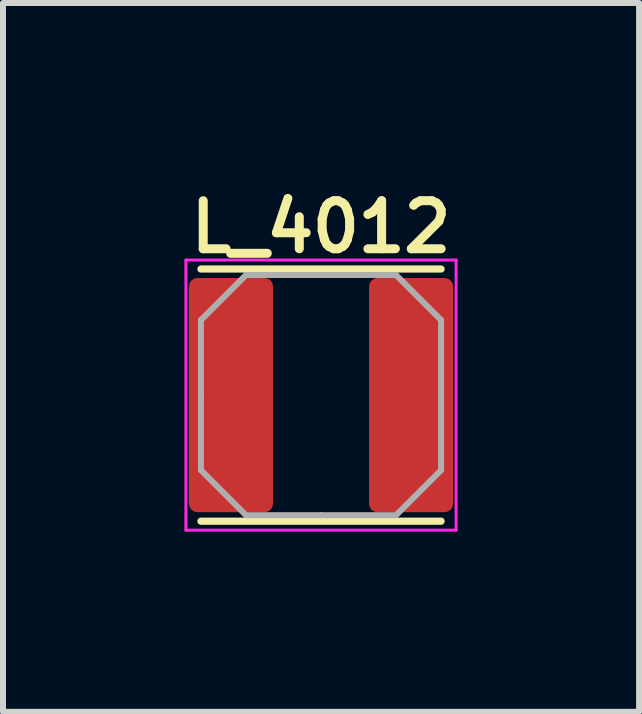
<source format=kicad_pcb>
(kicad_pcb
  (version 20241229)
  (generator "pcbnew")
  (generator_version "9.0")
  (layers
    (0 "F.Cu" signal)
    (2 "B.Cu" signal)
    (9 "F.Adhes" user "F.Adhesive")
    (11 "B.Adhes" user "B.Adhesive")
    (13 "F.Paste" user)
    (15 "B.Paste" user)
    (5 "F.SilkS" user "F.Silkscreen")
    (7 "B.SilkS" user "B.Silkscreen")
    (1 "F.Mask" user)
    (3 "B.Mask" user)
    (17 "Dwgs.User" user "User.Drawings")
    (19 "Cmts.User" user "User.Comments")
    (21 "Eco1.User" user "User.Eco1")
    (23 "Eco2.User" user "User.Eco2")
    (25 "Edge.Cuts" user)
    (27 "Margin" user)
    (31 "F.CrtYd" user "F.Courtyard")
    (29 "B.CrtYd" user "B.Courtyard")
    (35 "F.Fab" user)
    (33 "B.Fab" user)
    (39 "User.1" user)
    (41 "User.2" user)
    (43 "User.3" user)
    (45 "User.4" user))
  (footprint "L_4012"
    (layer "F.Cu")
    (at 2.297 3.531)
    (property "Reference" "L_4012" (at 0 -2.8 0) (layer "F.SilkS") (effects (font (size 0.8 0.8) (thickness 0.15))))
    (attr smd)
    (fp_line (start -2 -2.1) (end 2 -2.1) (stroke (width 0.12) (type solid)) (layer "F.SilkS"))
    (fp_line (start -2 2.1) (end 2 2.1) (stroke (width 0.12) (type solid)) (layer "F.SilkS"))
    (fp_line (start -2.25 -2.25) (end -2.25 2.25) (stroke (width 0.05) (type solid)) (layer "F.CrtYd"))
    (fp_line (start -2.25 2.25) (end 2.25 2.25) (stroke (width 0.05) (type solid)) (layer "F.CrtYd"))
    (fp_line (start 2.25 -2.25) (end -2.25 -2.25) (stroke (width 0.05) (type solid)) (layer "F.CrtYd"))
    (fp_line (start 2.25 2.25) (end 2.25 -2.25) (stroke (width 0.05) (type solid)) (layer "F.CrtYd"))
    (fp_line (start -2 -1.25) (end -1.25 -2) (stroke (width 0.1) (type solid)) (layer "F.Fab"))
    (fp_line (start -2 0) (end -2 -1.25) (stroke (width 0.1) (type solid)) (layer "F.Fab"))
    (fp_line (start -2 0) (end -2 1.25) (stroke (width 0.1) (type solid)) (layer "F.Fab"))
    (fp_line (start -2 1.25) (end -1.25 2) (stroke (width 0.1) (type solid)) (layer "F.Fab"))
    (fp_line (start -1.25 -2) (end 0 -2) (stroke (width 0.1) (type solid)) (layer "F.Fab"))
    (fp_line (start -1.25 2) (end 0 2) (stroke (width 0.1) (type solid)) (layer "F.Fab"))
    (fp_line (start 1.25 -2) (end 0 -2) (stroke (width 0.1) (type solid)) (layer "F.Fab"))
    (fp_line (start 1.25 2) (end 0 2) (stroke (width 0.1) (type solid)) (layer "F.Fab"))
    (fp_line (start 2 -1.25) (end 1.25 -2) (stroke (width 0.1) (type solid)) (layer "F.Fab"))
    (fp_line (start 2 0) (end 2 -1.25) (stroke (width 0.1) (type solid)) (layer "F.Fab"))
    (fp_line (start 2 0) (end 2 1.25) (stroke (width 0.1) (type solid)) (layer "F.Fab"))
    (fp_line (start 2 1.25) (end 1.25 2) (stroke (width 0.1) (type solid)) (layer "F.Fab"))
    (pad "1" smd roundrect (at -1.5 0) (size 1.4 3.9) (layers "F.Cu" "F.Mask" "F.Paste") (roundrect_rratio 0.1))
    (pad "2" smd roundrect (at 1.5 0) (size 1.4 3.9) (layers "F.Cu" "F.Mask" "F.Paste") (roundrect_rratio 0.1)))
  (gr_rect
    (start -3 -3)
    (end 7.595 8.806)
    (stroke (width 0.1) (type default))
    (fill no)
    (layer "Edge.Cuts")))
</source>
